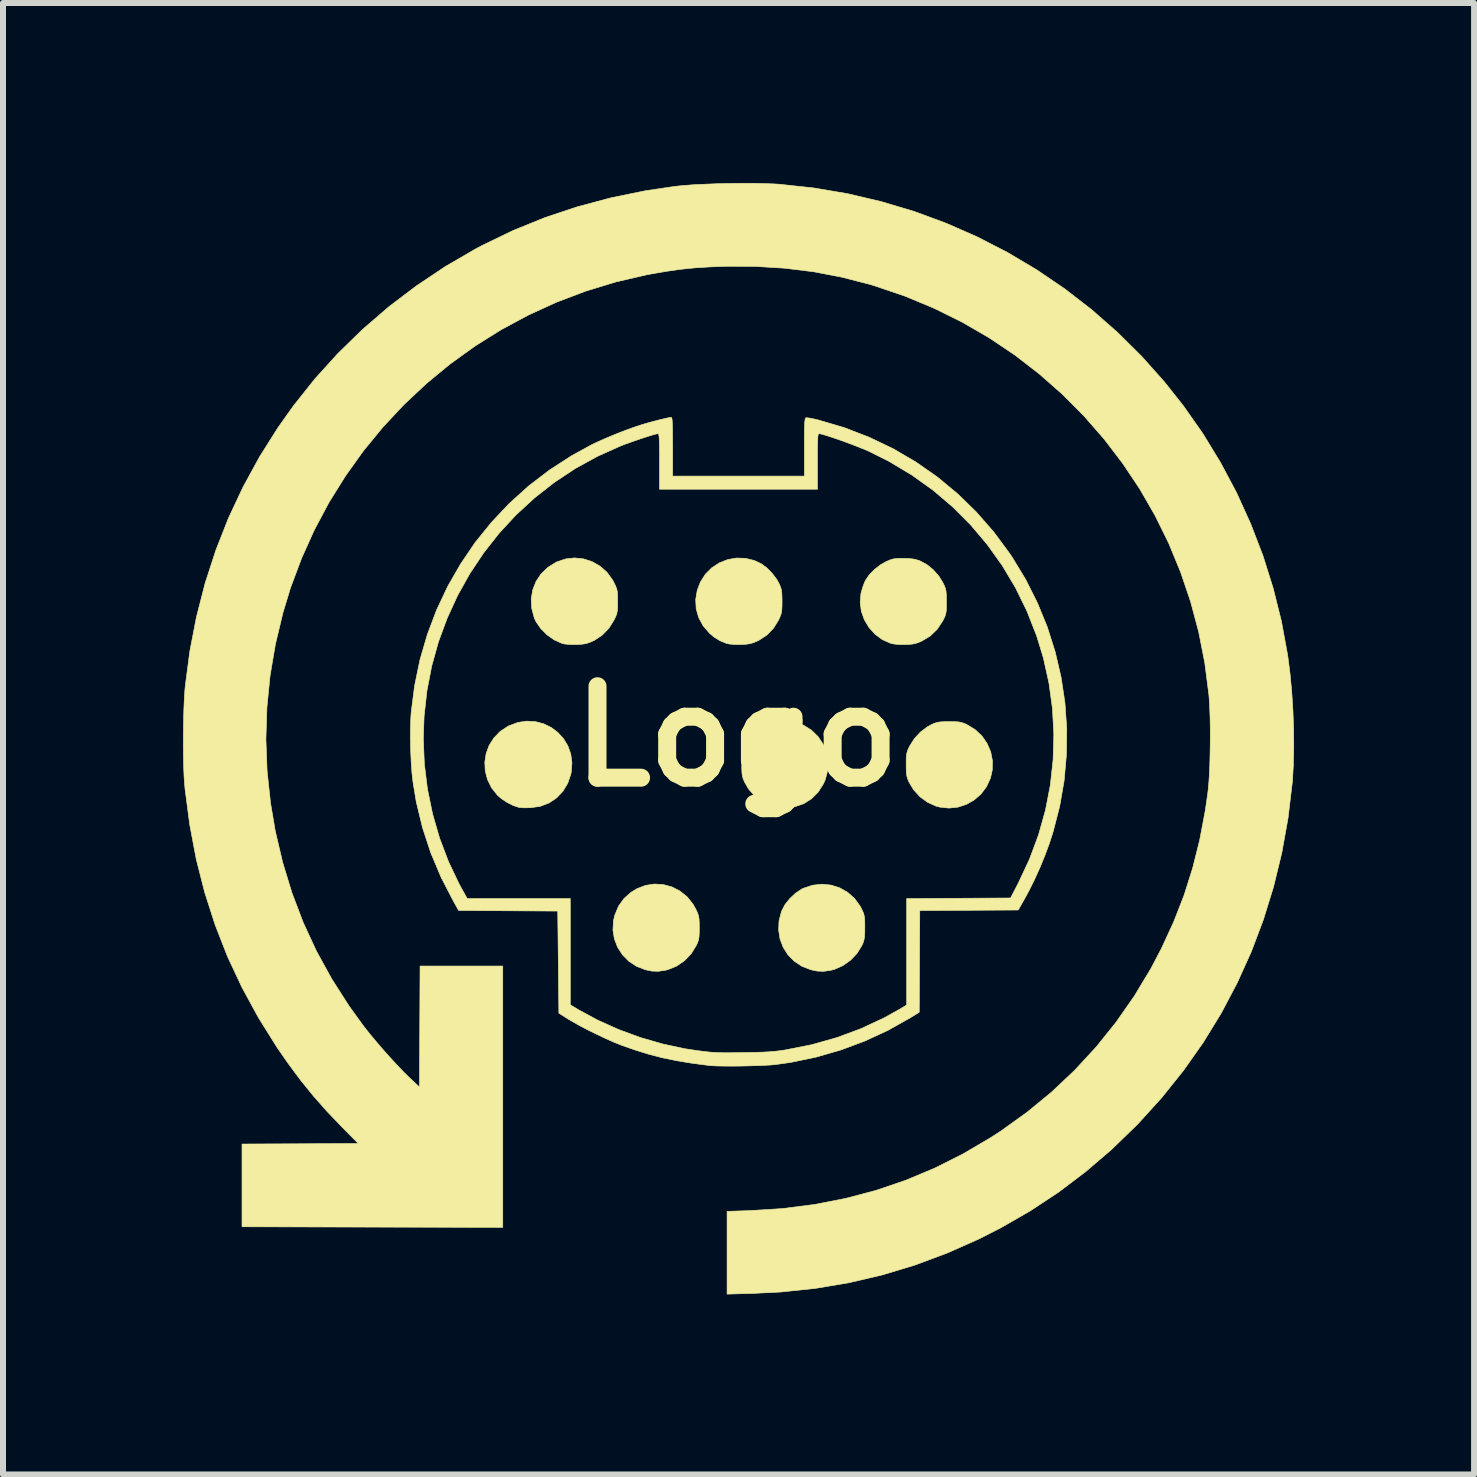
<source format=kicad_pcb>
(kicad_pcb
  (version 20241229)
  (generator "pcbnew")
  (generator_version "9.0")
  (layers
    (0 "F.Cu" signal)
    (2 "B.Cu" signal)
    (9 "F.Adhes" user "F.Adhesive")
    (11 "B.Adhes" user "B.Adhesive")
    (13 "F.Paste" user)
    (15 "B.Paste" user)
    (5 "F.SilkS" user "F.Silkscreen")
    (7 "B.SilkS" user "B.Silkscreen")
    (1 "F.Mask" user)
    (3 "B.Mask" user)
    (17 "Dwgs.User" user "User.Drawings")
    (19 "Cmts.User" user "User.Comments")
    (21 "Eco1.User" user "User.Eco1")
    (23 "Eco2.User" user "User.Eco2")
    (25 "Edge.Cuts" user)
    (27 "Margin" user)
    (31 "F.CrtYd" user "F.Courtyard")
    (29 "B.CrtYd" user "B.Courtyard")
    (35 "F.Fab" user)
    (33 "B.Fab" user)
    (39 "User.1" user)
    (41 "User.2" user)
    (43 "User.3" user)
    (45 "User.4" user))
  (footprint "Logo"
    (layer "F.Cu")
    (at 9.229 9.22)
    (property "Reference" "Logo" (at 0 0 0) (layer "F.SilkS") (effects (font (size 1.524 1.524) (thickness 0.3))))
    (attr through_hole)
    (fp_poly (pts (xy -3.357 -0.245) (xy -3.22 -0.209) (xy -3.094 -0.148) (xy -2.983 -0.064) (xy -2.889 0.039) (xy -2.816 0.159) (xy -2.768 0.294) (xy -2.748 0.44) (xy -2.76 0.595) (xy -2.767 0.631) (xy -2.819 0.784) (xy -2.9 0.917) (xy -3.005 1.027) (xy -3.131 1.111) (xy -3.275 1.166) (xy -3.434 1.189) (xy -3.435 1.189) (xy -3.511 1.191) (xy -3.578 1.19) (xy -3.623 1.186) (xy -3.629 1.185) (xy -3.724 1.154) (xy -3.827 1.103) (xy -3.923 1.039) (xy -3.99 0.981) (xy -4.089 0.856) (xy -4.156 0.719) (xy -4.193 0.576) (xy -4.2 0.43) (xy -4.178 0.287) (xy -4.128 0.151) (xy -4.049 0.027) (xy -3.945 -0.081) (xy -3.814 -0.168) (xy -3.799 -0.175) (xy -3.65 -0.231) (xy -3.502 -0.253) (xy -3.357 -0.245)) (stroke (width 0.01) (type solid)) (fill yes) (layer "F.SilkS"))
    (fp_poly (pts (xy -1.224 2.471) (xy -1.081 2.51) (xy -0.949 2.578) (xy -0.831 2.672) (xy -0.734 2.792) (xy -0.684 2.88) (xy -0.657 2.939) (xy -0.64 2.988) (xy -0.631 3.038) (xy -0.627 3.101) (xy -0.626 3.189) (xy -0.626 3.193) (xy -0.627 3.283) (xy -0.631 3.347) (xy -0.64 3.396) (xy -0.656 3.442) (xy -0.677 3.487) (xy -0.763 3.625) (xy -0.874 3.74) (xy -1.004 3.829) (xy -1.149 3.888) (xy -1.194 3.899) (xy -1.311 3.916) (xy -1.419 3.912) (xy -1.524 3.89) (xy -1.672 3.833) (xy -1.801 3.748) (xy -1.906 3.641) (xy -1.987 3.516) (xy -2.041 3.376) (xy -2.065 3.228) (xy -2.056 3.073) (xy -2.034 2.979) (xy -1.971 2.829) (xy -1.88 2.702) (xy -1.76 2.597) (xy -1.665 2.539) (xy -1.521 2.484) (xy -1.372 2.461) (xy -1.224 2.471)) (stroke (width 0.01) (type solid)) (fill yes) (layer "F.SilkS"))
    (fp_poly (pts (xy 1.57 2.479) (xy 1.714 2.525) (xy 1.846 2.6) (xy 1.961 2.702) (xy 2.054 2.83) (xy 2.078 2.876) (xy 2.102 2.927) (xy 2.118 2.972) (xy 2.127 3.02) (xy 2.131 3.082) (xy 2.132 3.169) (xy 2.132 3.184) (xy 2.131 3.277) (xy 2.127 3.343) (xy 2.118 3.394) (xy 2.104 3.44) (xy 2.085 3.483) (xy 2.003 3.616) (xy 1.895 3.73) (xy 1.767 3.821) (xy 1.626 3.883) (xy 1.564 3.899) (xy 1.446 3.916) (xy 1.339 3.912) (xy 1.234 3.89) (xy 1.085 3.833) (xy 0.957 3.748) (xy 0.852 3.642) (xy 0.772 3.516) (xy 0.719 3.377) (xy 0.696 3.227) (xy 0.703 3.072) (xy 0.745 2.914) (xy 0.745 2.914) (xy 0.799 2.809) (xy 0.88 2.706) (xy 0.977 2.615) (xy 1.081 2.545) (xy 1.108 2.532) (xy 1.262 2.481) (xy 1.418 2.464) (xy 1.57 2.479)) (stroke (width 0.01) (type solid)) (fill yes) (layer "F.SilkS"))
    (fp_poly (pts (xy 0.143 -2.966) (xy 0.291 -2.93) (xy 0.407 -2.875) (xy 0.5 -2.807) (xy 0.589 -2.716) (xy 0.666 -2.614) (xy 0.704 -2.544) (xy 0.727 -2.492) (xy 0.741 -2.444) (xy 0.749 -2.39) (xy 0.752 -2.319) (xy 0.753 -2.25) (xy 0.752 -2.161) (xy 0.748 -2.097) (xy 0.739 -2.046) (xy 0.722 -1.998) (xy 0.697 -1.941) (xy 0.612 -1.803) (xy 0.501 -1.688) (xy 0.368 -1.601) (xy 0.349 -1.592) (xy 0.28 -1.562) (xy 0.219 -1.544) (xy 0.152 -1.534) (xy 0.064 -1.529) (xy -0.039 -1.53) (xy -0.124 -1.538) (xy -0.172 -1.548) (xy -0.284 -1.594) (xy -0.38 -1.654) (xy -0.456 -1.718) (xy -0.562 -1.841) (xy -0.636 -1.978) (xy -0.678 -2.125) (xy -0.686 -2.279) (xy -0.66 -2.434) (xy -0.608 -2.57) (xy -0.524 -2.702) (xy -0.417 -2.809) (xy -0.291 -2.891) (xy -0.153 -2.945) (xy -0.006 -2.971) (xy 0.143 -2.966)) (stroke (width 0.01) (type solid)) (fill yes) (layer "F.SilkS"))
    (fp_poly (pts (xy -2.555 -2.957) (xy -2.413 -2.911) (xy -2.282 -2.837) (xy -2.167 -2.736) (xy -2.073 -2.609) (xy -2.049 -2.564) (xy -2.021 -2.506) (xy -2.003 -2.459) (xy -1.992 -2.411) (xy -1.988 -2.353) (xy -1.987 -2.271) (xy -1.987 -2.249) (xy -1.987 -2.161) (xy -1.991 -2.098) (xy -2 -2.048) (xy -2.016 -2.002) (xy -2.042 -1.947) (xy -2.045 -1.94) (xy -2.131 -1.803) (xy -2.242 -1.688) (xy -2.372 -1.601) (xy -2.395 -1.59) (xy -2.462 -1.561) (xy -2.523 -1.543) (xy -2.591 -1.534) (xy -2.676 -1.529) (xy -2.785 -1.53) (xy -2.874 -1.539) (xy -2.916 -1.549) (xy -3.045 -1.608) (xy -3.165 -1.692) (xy -3.268 -1.796) (xy -3.347 -1.911) (xy -3.376 -1.973) (xy -3.418 -2.131) (xy -3.427 -2.288) (xy -3.402 -2.439) (xy -3.347 -2.58) (xy -3.262 -2.707) (xy -3.15 -2.815) (xy -3.013 -2.901) (xy -3.002 -2.906) (xy -2.854 -2.956) (xy -2.704 -2.973) (xy -2.555 -2.957)) (stroke (width 0.01) (type solid)) (fill yes) (layer "F.SilkS"))
    (fp_poly (pts (xy 3.629 -0.244) (xy 3.694 -0.24) (xy 3.745 -0.23) (xy 3.793 -0.214) (xy 3.832 -0.196) (xy 3.969 -0.113) (xy 4.083 -0.007) (xy 4.17 0.119) (xy 4.23 0.258) (xy 4.259 0.408) (xy 4.256 0.562) (xy 4.226 0.696) (xy 4.161 0.838) (xy 4.07 0.96) (xy 3.957 1.059) (xy 3.827 1.133) (xy 3.685 1.18) (xy 3.535 1.196) (xy 3.383 1.18) (xy 3.318 1.163) (xy 3.177 1.099) (xy 3.05 1.006) (xy 2.944 0.889) (xy 2.869 0.764) (xy 2.847 0.712) (xy 2.833 0.664) (xy 2.825 0.609) (xy 2.822 0.535) (xy 2.822 0.471) (xy 2.822 0.383) (xy 2.826 0.32) (xy 2.835 0.271) (xy 2.85 0.224) (xy 2.876 0.17) (xy 2.88 0.161) (xy 2.957 0.04) (xy 3.059 -0.071) (xy 3.177 -0.16) (xy 3.243 -0.196) (xy 3.296 -0.219) (xy 3.343 -0.233) (xy 3.397 -0.241) (xy 3.468 -0.244) (xy 3.538 -0.245) (xy 3.629 -0.244)) (stroke (width 0.01) (type solid)) (fill yes) (layer "F.SilkS"))
    (fp_poly (pts (xy 0.887 -0.244) (xy 0.95 -0.24) (xy 0.999 -0.231) (xy 1.046 -0.215) (xy 1.102 -0.189) (xy 1.11 -0.186) (xy 1.245 -0.101) (xy 1.355 0.007) (xy 1.438 0.133) (xy 1.493 0.273) (xy 1.518 0.421) (xy 1.512 0.574) (xy 1.472 0.726) (xy 1.443 0.791) (xy 1.356 0.928) (xy 1.246 1.039) (xy 1.115 1.122) (xy 0.967 1.173) (xy 0.826 1.192) (xy 0.716 1.191) (xy 0.626 1.178) (xy 0.581 1.164) (xy 0.432 1.097) (xy 0.302 1) (xy 0.195 0.878) (xy 0.13 0.765) (xy 0.107 0.713) (xy 0.093 0.665) (xy 0.085 0.611) (xy 0.082 0.54) (xy 0.082 0.472) (xy 0.083 0.383) (xy 0.087 0.319) (xy 0.096 0.268) (xy 0.112 0.22) (xy 0.138 0.163) (xy 0.22 0.03) (xy 0.331 -0.085) (xy 0.462 -0.174) (xy 0.49 -0.188) (xy 0.547 -0.214) (xy 0.594 -0.231) (xy 0.645 -0.24) (xy 0.708 -0.244) (xy 0.797 -0.245) (xy 0.798 -0.245) (xy 0.887 -0.244)) (stroke (width 0.01) (type solid)) (fill yes) (layer "F.SilkS"))
    (fp_poly (pts (xy 2.875 -2.962) (xy 2.952 -2.953) (xy 3.019 -2.935) (xy 3.053 -2.923) (xy 3.166 -2.862) (xy 3.274 -2.774) (xy 3.367 -2.668) (xy 3.433 -2.561) (xy 3.46 -2.506) (xy 3.477 -2.46) (xy 3.486 -2.413) (xy 3.491 -2.355) (xy 3.492 -2.274) (xy 3.492 -2.241) (xy 3.492 -2.151) (xy 3.489 -2.088) (xy 3.481 -2.04) (xy 3.467 -1.997) (xy 3.444 -1.949) (xy 3.432 -1.926) (xy 3.341 -1.787) (xy 3.225 -1.674) (xy 3.088 -1.591) (xy 3.021 -1.561) (xy 2.962 -1.543) (xy 2.898 -1.534) (xy 2.813 -1.529) (xy 2.803 -1.529) (xy 2.699 -1.53) (xy 2.612 -1.539) (xy 2.563 -1.55) (xy 2.423 -1.612) (xy 2.302 -1.702) (xy 2.202 -1.813) (xy 2.125 -1.942) (xy 2.075 -2.081) (xy 2.055 -2.228) (xy 2.067 -2.376) (xy 2.075 -2.408) (xy 2.097 -2.483) (xy 2.124 -2.557) (xy 2.142 -2.597) (xy 2.205 -2.69) (xy 2.293 -2.781) (xy 2.397 -2.861) (xy 2.481 -2.908) (xy 2.543 -2.936) (xy 2.594 -2.953) (xy 2.647 -2.962) (xy 2.715 -2.965) (xy 2.776 -2.965) (xy 2.875 -2.962)) (stroke (width 0.01) (type solid)) (fill yes) (layer "F.SilkS"))
    (fp_poly (pts (xy 0.278 -9.215) (xy 0.463 -9.211) (xy 0.627 -9.205) (xy 0.705 -9.2) (xy 1.281 -9.138) (xy 1.848 -9.042) (xy 2.405 -8.911) (xy 2.951 -8.748) (xy 3.484 -8.552) (xy 4.003 -8.324) (xy 4.507 -8.065) (xy 4.994 -7.776) (xy 5.462 -7.458) (xy 5.911 -7.111) (xy 6.339 -6.735) (xy 6.745 -6.333) (xy 7.127 -5.904) (xy 7.442 -5.506) (xy 7.766 -5.044) (xy 8.061 -4.56) (xy 8.328 -4.058) (xy 8.563 -3.54) (xy 8.767 -3.009) (xy 8.937 -2.468) (xy 9.074 -1.919) (xy 9.176 -1.365) (xy 9.18 -1.342) (xy 9.217 -1.054) (xy 9.246 -0.747) (xy 9.266 -0.43) (xy 9.278 -0.113) (xy 9.28 0.196) (xy 9.273 0.488) (xy 9.257 0.754) (xy 9.255 0.771) (xy 9.185 1.362) (xy 9.081 1.94) (xy 8.944 2.505) (xy 8.774 3.055) (xy 8.572 3.591) (xy 8.337 4.11) (xy 8.071 4.614) (xy 7.773 5.1) (xy 7.443 5.568) (xy 7.083 6.018) (xy 6.693 6.448) (xy 6.658 6.484) (xy 6.242 6.887) (xy 5.808 7.258) (xy 5.357 7.599) (xy 4.886 7.91) (xy 4.393 8.193) (xy 4.038 8.374) (xy 3.509 8.609) (xy 2.971 8.81) (xy 2.425 8.975) (xy 1.87 9.105) (xy 1.305 9.2) (xy 0.73 9.26) (xy 0.268 9.283) (xy -0.163 9.295) (xy -0.163 7.916) (xy 0.204 7.904) (xy 0.754 7.87) (xy 1.289 7.802) (xy 1.809 7.701) (xy 2.317 7.567) (xy 2.811 7.399) (xy 3.294 7.197) (xy 3.764 6.961) (xy 4.224 6.691) (xy 4.4 6.577) (xy 4.836 6.264) (xy 5.247 5.926) (xy 5.631 5.563) (xy 5.989 5.175) (xy 6.32 4.763) (xy 6.624 4.327) (xy 6.9 3.869) (xy 7.076 3.533) (xy 7.278 3.095) (xy 7.451 2.652) (xy 7.595 2.197) (xy 7.713 1.726) (xy 7.806 1.235) (xy 7.848 0.943) (xy 7.862 0.814) (xy 7.873 0.655) (xy 7.881 0.475) (xy 7.886 0.281) (xy 7.889 0.08) (xy 7.889 -0.119) (xy 7.886 -0.311) (xy 7.879 -0.487) (xy 7.87 -0.641) (xy 7.866 -0.689) (xy 7.798 -1.22) (xy 7.696 -1.739) (xy 7.561 -2.245) (xy 7.394 -2.738) (xy 7.197 -3.216) (xy 6.97 -3.677) (xy 6.714 -4.122) (xy 6.43 -4.547) (xy 6.12 -4.953) (xy 5.784 -5.338) (xy 5.424 -5.7) (xy 5.039 -6.039) (xy 4.633 -6.353) (xy 4.204 -6.641) (xy 3.755 -6.901) (xy 3.287 -7.133) (xy 2.799 -7.336) (xy 2.295 -7.507) (xy 2.219 -7.53) (xy 1.749 -7.651) (xy 1.275 -7.742) (xy 0.794 -7.801) (xy 0.3 -7.831) (xy -0.154 -7.833) (xy -0.436 -7.823) (xy -0.694 -7.807) (xy -0.94 -7.782) (xy -1.186 -7.747) (xy -1.443 -7.702) (xy -1.498 -7.692) (xy -2.012 -7.573) (xy -2.514 -7.42) (xy -3.001 -7.236) (xy -3.472 -7.021) (xy -3.926 -6.777) (xy -4.362 -6.504) (xy -4.779 -6.204) (xy -5.174 -5.878) (xy -5.548 -5.527) (xy -5.898 -5.153) (xy -6.224 -4.756) (xy -6.523 -4.337) (xy -6.796 -3.899) (xy -7.04 -3.441) (xy -7.254 -2.966) (xy -7.438 -2.475) (xy -7.565 -2.056) (xy -7.69 -1.533) (xy -7.779 -1.008) (xy -7.831 -0.48) (xy -7.848 0.049) (xy -7.828 0.58) (xy -7.771 1.111) (xy -7.692 1.578) (xy -7.569 2.101) (xy -7.414 2.609) (xy -7.227 3.101) (xy -7.006 3.579) (xy -6.751 4.042) (xy -6.463 4.493) (xy -6.222 4.826) (xy -6.128 4.946) (xy -6.018 5.078) (xy -5.9 5.216) (xy -5.778 5.353) (xy -5.659 5.482) (xy -5.549 5.598) (xy -5.454 5.691) (xy -5.44 5.704) (xy -5.289 5.845) (xy -5.284 4.836) (xy -5.279 3.828) (xy -3.901 3.828) (xy -3.901 8.183) (xy -8.246 8.173) (xy -8.246 6.794) (xy -7.278 6.79) (xy -6.309 6.785) (xy -6.573 6.518) (xy -6.827 6.253) (xy -7.056 5.994) (xy -7.269 5.731) (xy -7.475 5.454) (xy -7.665 5.18) (xy -7.973 4.687) (xy -8.247 4.184) (xy -8.488 3.669) (xy -8.694 3.142) (xy -8.868 2.601) (xy -9.009 2.046) (xy -9.117 1.475) (xy -9.194 0.888) (xy -9.201 0.816) (xy -9.211 0.683) (xy -9.218 0.521) (xy -9.222 0.338) (xy -9.224 0.141) (xy -9.223 -0.062) (xy -9.22 -0.263) (xy -9.215 -0.455) (xy -9.207 -0.631) (xy -9.197 -0.783) (xy -9.192 -0.835) (xy -9.116 -1.417) (xy -9.005 -1.99) (xy -8.861 -2.551) (xy -8.683 -3.099) (xy -8.473 -3.634) (xy -8.229 -4.154) (xy -7.953 -4.659) (xy -7.645 -5.147) (xy -7.39 -5.506) (xy -7.033 -5.955) (xy -6.648 -6.38) (xy -6.237 -6.781) (xy -5.801 -7.157) (xy -5.342 -7.505) (xy -4.861 -7.827) (xy -4.359 -8.119) (xy -4.236 -8.184) (xy -3.729 -8.429) (xy -3.204 -8.642) (xy -2.662 -8.823) (xy -2.102 -8.973) (xy -1.526 -9.091) (xy -1.034 -9.164) (xy -0.897 -9.178) (xy -0.73 -9.191) (xy -0.543 -9.2) (xy -0.341 -9.208) (xy -0.132 -9.213) (xy 0.077 -9.215) (xy 0.278 -9.215)) (stroke (width 0.01) (type solid)) (fill yes) (layer "F.SilkS"))
    (fp_poly (pts (xy -1.086 -5.308) (xy -1.08 -5.282) (xy -1.076 -5.235) (xy -1.073 -5.163) (xy -1.072 -5.064) (xy -1.071 -4.934) (xy -1.07 -4.826) (xy -1.07 -4.336) (xy 1.125 -4.336) (xy 1.125 -4.817) (xy 1.125 -4.967) (xy 1.126 -5.084) (xy 1.128 -5.172) (xy 1.131 -5.235) (xy 1.136 -5.276) (xy 1.142 -5.299) (xy 1.15 -5.308) (xy 1.176 -5.308) (xy 1.23 -5.3) (xy 1.302 -5.285) (xy 1.363 -5.27) (xy 1.793 -5.143) (xy 2.207 -4.983) (xy 2.604 -4.793) (xy 2.982 -4.572) (xy 3.34 -4.322) (xy 3.677 -4.043) (xy 3.991 -3.737) (xy 4.282 -3.404) (xy 4.547 -3.045) (xy 4.582 -2.994) (xy 4.812 -2.615) (xy 5.009 -2.223) (xy 5.174 -1.819) (xy 5.305 -1.405) (xy 5.403 -0.984) (xy 5.467 -0.558) (xy 5.497 -0.128) (xy 5.492 0.304) (xy 5.454 0.735) (xy 5.38 1.163) (xy 5.271 1.587) (xy 5.207 1.787) (xy 5.134 1.984) (xy 5.049 2.191) (xy 4.956 2.396) (xy 4.861 2.586) (xy 4.802 2.694) (xy 4.689 2.894) (xy 3.869 2.899) (xy 3.048 2.903) (xy 3.039 4.598) (xy 2.885 4.693) (xy 2.519 4.899) (xy 2.132 5.078) (xy 1.729 5.228) (xy 1.315 5.347) (xy 0.896 5.434) (xy 0.643 5.47) (xy 0.562 5.477) (xy 0.454 5.483) (xy 0.328 5.488) (xy 0.19 5.492) (xy 0.048 5.495) (xy -0.092 5.496) (xy -0.221 5.495) (xy -0.334 5.493) (xy -0.422 5.489) (xy -0.463 5.485) (xy -0.746 5.448) (xy -1.002 5.406) (xy -1.24 5.357) (xy -1.468 5.298) (xy -1.697 5.227) (xy -1.914 5.151) (xy -2.04 5.101) (xy -2.186 5.036) (xy -2.341 4.963) (xy -2.497 4.886) (xy -2.642 4.809) (xy -2.768 4.737) (xy -2.812 4.711) (xy -2.966 4.614) (xy -2.975 3.763) (xy -2.985 2.912) (xy -4.636 2.902) (xy -4.72 2.753) (xy -4.928 2.351) (xy -5.101 1.94) (xy -5.239 1.519) (xy -5.343 1.089) (xy -5.397 0.761) (xy -5.414 0.613) (xy -5.426 0.441) (xy -5.435 0.253) (xy -5.439 0.062) (xy -5.439 0.034) (xy -5.225 0.034) (xy -5.208 0.457) (xy -5.156 0.878) (xy -5.071 1.292) (xy -4.954 1.697) (xy -4.805 2.089) (xy -4.626 2.464) (xy -4.587 2.535) (xy -4.494 2.703) (xy -2.776 2.703) (xy -2.776 4.474) (xy -2.631 4.561) (xy -2.31 4.734) (xy -1.965 4.888) (xy -1.605 5.02) (xy -1.238 5.126) (xy -0.873 5.205) (xy -0.689 5.233) (xy -0.591 5.246) (xy -0.509 5.256) (xy -0.439 5.263) (xy -0.373 5.268) (xy -0.304 5.271) (xy -0.225 5.273) (xy -0.13 5.273) (xy -0.012 5.272) (xy 0.118 5.27) (xy 0.285 5.267) (xy 0.423 5.263) (xy 0.54 5.257) (xy 0.642 5.248) (xy 0.737 5.237) (xy 0.807 5.226) (xy 1.246 5.139) (xy 1.668 5.02) (xy 2.072 4.87) (xy 2.457 4.69) (xy 2.701 4.554) (xy 2.83 4.477) (xy 2.83 2.704) (xy 3.696 2.699) (xy 4.561 2.694) (xy 4.693 2.44) (xy 4.877 2.046) (xy 5.027 1.642) (xy 5.143 1.229) (xy 5.224 0.811) (xy 5.27 0.388) (xy 5.282 -0.037) (xy 5.259 -0.463) (xy 5.201 -0.886) (xy 5.108 -1.306) (xy 4.995 -1.676) (xy 4.834 -2.086) (xy 4.643 -2.476) (xy 4.422 -2.847) (xy 4.172 -3.196) (xy 3.896 -3.523) (xy 3.593 -3.826) (xy 3.266 -4.104) (xy 2.914 -4.355) (xy 2.539 -4.58) (xy 2.204 -4.748) (xy 2.128 -4.781) (xy 2.033 -4.819) (xy 1.927 -4.86) (xy 1.815 -4.902) (xy 1.704 -4.942) (xy 1.599 -4.978) (xy 1.507 -5.008) (xy 1.433 -5.03) (xy 1.384 -5.042) (xy 1.371 -5.044) (xy 1.362 -5.04) (xy 1.356 -5.028) (xy 1.35 -5.001) (xy 1.347 -4.958) (xy 1.345 -4.892) (xy 1.343 -4.802) (xy 1.343 -4.681) (xy 1.343 -4.581) (xy 1.343 -4.118) (xy -1.288 -4.118) (xy -1.288 -4.581) (xy -1.288 -4.727) (xy -1.29 -4.84) (xy -1.292 -4.924) (xy -1.295 -4.983) (xy -1.3 -5.02) (xy -1.306 -5.039) (xy -1.312 -5.044) (xy -1.344 -5.038) (xy -1.403 -5.022) (xy -1.482 -4.998) (xy -1.575 -4.968) (xy -1.675 -4.934) (xy -1.774 -4.899) (xy -1.867 -4.866) (xy -1.932 -4.841) (xy -2.323 -4.666) (xy -2.694 -4.462) (xy -3.045 -4.229) (xy -3.374 -3.971) (xy -3.681 -3.688) (xy -3.963 -3.383) (xy -4.22 -3.056) (xy -4.45 -2.711) (xy -4.653 -2.348) (xy -4.827 -1.969) (xy -4.972 -1.577) (xy -5.085 -1.172) (xy -5.165 -0.757) (xy -5.212 -0.333) (xy -5.225 0.034) (xy -5.439 0.034) (xy -5.439 -0.123) (xy -5.434 -0.29) (xy -5.427 -0.399) (xy -5.37 -0.844) (xy -5.28 -1.278) (xy -5.157 -1.699) (xy -5.003 -2.107) (xy -4.818 -2.499) (xy -4.603 -2.873) (xy -4.361 -3.23) (xy -4.09 -3.565) (xy -3.794 -3.879) (xy -3.472 -4.17) (xy -3.126 -4.435) (xy -2.757 -4.674) (xy -2.418 -4.86) (xy -2.299 -4.916) (xy -2.157 -4.978) (xy -2.003 -5.042) (xy -1.848 -5.102) (xy -1.704 -5.154) (xy -1.581 -5.194) (xy -1.578 -5.195) (xy -1.494 -5.22) (xy -1.402 -5.245) (xy -1.309 -5.269) (xy -1.223 -5.29) (xy -1.153 -5.306) (xy -1.105 -5.315) (xy -1.093 -5.316) (xy -1.086 -5.308)) (stroke (width 0.01) (type solid)) (fill yes) (layer "F.SilkS")))
  (gr_rect
    (start -3 -3)
    (end 21.514 21.52)
    (stroke (width 0.1) (type default))
    (fill no)
    (layer "Edge.Cuts")))
</source>
